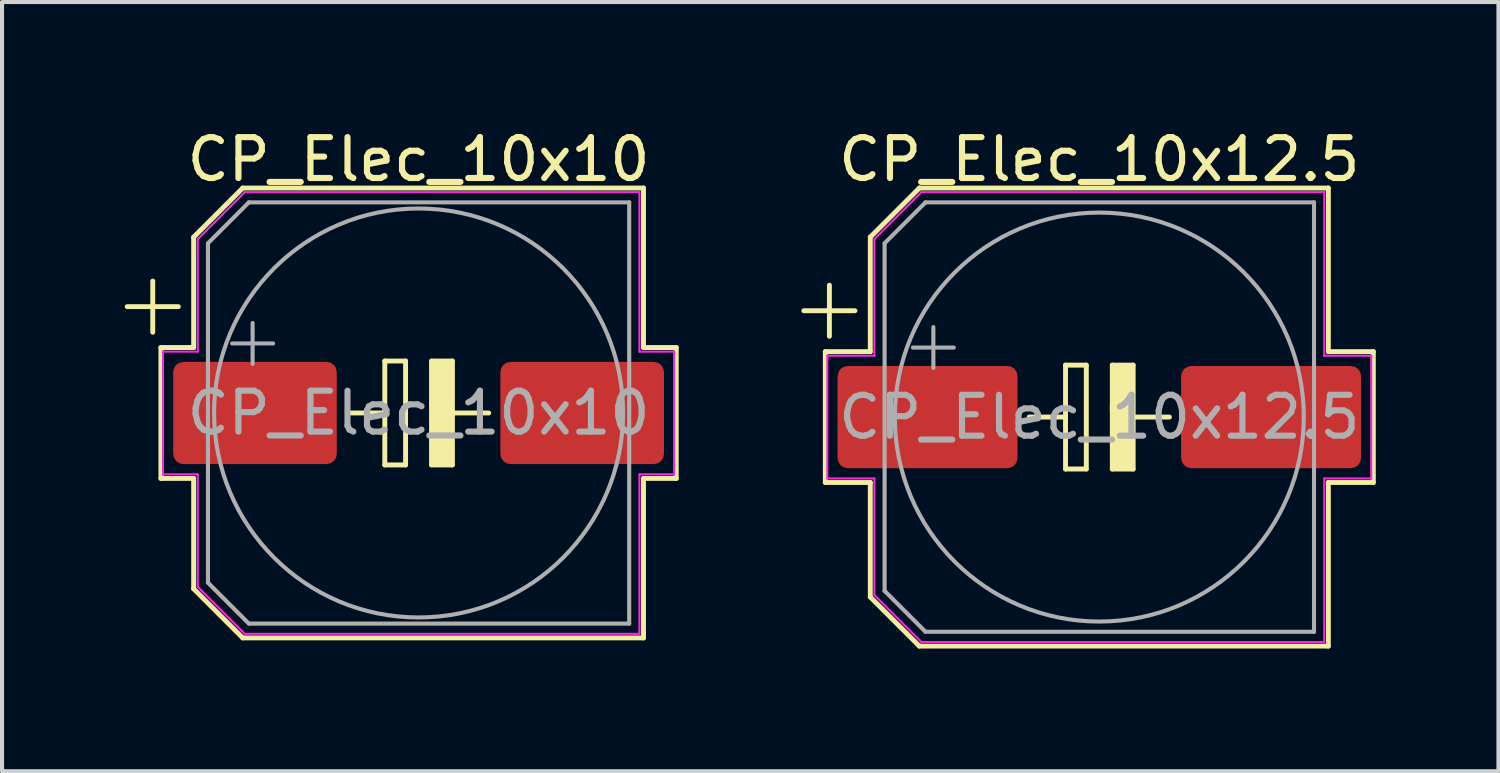
<source format=kicad_pcb>
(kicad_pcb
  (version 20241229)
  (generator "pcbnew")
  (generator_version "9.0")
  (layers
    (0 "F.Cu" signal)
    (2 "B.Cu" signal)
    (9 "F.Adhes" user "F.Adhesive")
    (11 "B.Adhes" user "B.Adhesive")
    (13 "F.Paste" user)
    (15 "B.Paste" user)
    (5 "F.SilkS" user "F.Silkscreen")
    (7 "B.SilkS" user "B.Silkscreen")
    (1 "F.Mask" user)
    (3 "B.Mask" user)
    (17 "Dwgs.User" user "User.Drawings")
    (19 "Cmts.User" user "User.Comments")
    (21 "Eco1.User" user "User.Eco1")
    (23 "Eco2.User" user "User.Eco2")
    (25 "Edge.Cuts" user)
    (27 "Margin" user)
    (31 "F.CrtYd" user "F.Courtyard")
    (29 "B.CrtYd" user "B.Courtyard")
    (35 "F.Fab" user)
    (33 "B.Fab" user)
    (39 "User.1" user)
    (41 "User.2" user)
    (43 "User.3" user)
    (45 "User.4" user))
  (footprint "CP_Elec_10x12.5"
    (layer "F.Cu")
    (at 23.83 7.148)
    (property "Reference" "CP_Elec_10x12.5" (at 0 -6.3 0) (layer "F.SilkS") (effects (font (size 1 1) (thickness 0.15))))
    (attr smd)
    (fp_line (start -7.225 -2.6) (end -5.975 -2.6) (stroke (width 0.12) (type solid)) (layer "F.SilkS"))
    (fp_line (start -6.7 -1.6) (end -6.7 1.6) (stroke (width 0.12) (type solid)) (layer "F.SilkS"))
    (fp_line (start -6.7 1.6) (end -5.6 1.6) (stroke (width 0.12) (type solid)) (layer "F.SilkS"))
    (fp_line (start -6.6 -3.225) (end -6.6 -1.975) (stroke (width 0.12) (type solid)) (layer "F.SilkS"))
    (fp_line (start -5.6 -4.4) (end -5.6 -1.6) (stroke (width 0.12) (type solid)) (layer "F.SilkS"))
    (fp_line (start -5.6 -1.6) (end -6.7 -1.6) (stroke (width 0.12) (type solid)) (layer "F.SilkS"))
    (fp_line (start -5.6 1.6) (end -5.6 4.4) (stroke (width 0.12) (type solid)) (layer "F.SilkS"))
    (fp_line (start -5.6 4.4) (end -4.4 5.6) (stroke (width 0.12) (type solid)) (layer "F.SilkS"))
    (fp_line (start -4.4 -5.6) (end -5.6 -4.4) (stroke (width 0.12) (type solid)) (layer "F.SilkS"))
    (fp_line (start -4.4 5.6) (end 5.6 5.6) (stroke (width 0.12) (type solid)) (layer "F.SilkS"))
    (fp_line (start -1.714 0) (end -0.826 0) (stroke (width 0.12) (type solid)) (layer "F.SilkS"))
    (fp_line (start -0.826 1.27) (end -0.826 -1.27) (stroke (width 0.12) (type solid)) (layer "F.SilkS"))
    (fp_line (start -0.318 -1.27) (end -0.826 -1.27) (stroke (width 0.12) (type solid)) (layer "F.SilkS"))
    (fp_line (start -0.318 -1.27) (end -0.318 1.27) (stroke (width 0.12) (type solid)) (layer "F.SilkS"))
    (fp_line (start -0.318 1.27) (end -0.826 1.27) (stroke (width 0.12) (type solid)) (layer "F.SilkS"))
    (fp_line (start 0.318 -1.27) (end 0.318 -0.191) (stroke (width 0.12) (type solid)) (layer "F.SilkS"))
    (fp_line (start 0.318 -0.254) (end 0.318 1.27) (stroke (width 0.12) (type solid)) (layer "F.SilkS"))
    (fp_line (start 0.318 1.27) (end 0.826 1.27) (stroke (width 0.12) (type solid)) (layer "F.SilkS"))
    (fp_line (start 0.826 -1.27) (end 0.318 -1.27) (stroke (width 0.12) (type solid)) (layer "F.SilkS"))
    (fp_line (start 0.826 0) (end 1.714 0) (stroke (width 0.12) (type solid)) (layer "F.SilkS"))
    (fp_line (start 0.826 1.27) (end 0.826 -1.27) (stroke (width 0.12) (type solid)) (layer "F.SilkS"))
    (fp_line (start 5.6 -5.6) (end -4.4 -5.6) (stroke (width 0.12) (type solid)) (layer "F.SilkS"))
    (fp_line (start 5.6 -1.6) (end 5.6 -5.6) (stroke (width 0.12) (type solid)) (layer "F.SilkS"))
    (fp_line (start 5.6 1.6) (end 6.7 1.6) (stroke (width 0.12) (type solid)) (layer "F.SilkS"))
    (fp_line (start 5.6 5.6) (end 5.6 1.6) (stroke (width 0.12) (type solid)) (layer "F.SilkS"))
    (fp_line (start 6.7 -1.6) (end 5.6 -1.6) (stroke (width 0.12) (type solid)) (layer "F.SilkS"))
    (fp_line (start 6.7 1.6) (end 6.7 -1.6) (stroke (width 0.12) (type solid)) (layer "F.SilkS"))
    (fp_poly (pts (xy 0.826 1.27) (xy 0.318 1.27) (xy 0.318 -1.27) (xy 0.826 -1.27)) (stroke (width 0.1) (type solid)) (fill yes) (layer "F.SilkS"))
    (fp_line (start -6.65 -1.5) (end -6.65 1.5) (stroke (width 0.05) (type solid)) (layer "F.CrtYd"))
    (fp_line (start -6.65 1.5) (end -5.5 1.5) (stroke (width 0.05) (type solid)) (layer "F.CrtYd"))
    (fp_line (start -5.5 -4.35) (end -5.5 -1.5) (stroke (width 0.05) (type solid)) (layer "F.CrtYd"))
    (fp_line (start -5.5 -4.35) (end -4.35 -5.5) (stroke (width 0.05) (type solid)) (layer "F.CrtYd"))
    (fp_line (start -5.5 -1.5) (end -6.65 -1.5) (stroke (width 0.05) (type solid)) (layer "F.CrtYd"))
    (fp_line (start -5.5 1.5) (end -5.5 4.35) (stroke (width 0.05) (type solid)) (layer "F.CrtYd"))
    (fp_line (start -5.5 4.35) (end -4.35 5.5) (stroke (width 0.05) (type solid)) (layer "F.CrtYd"))
    (fp_line (start -4.35 -5.5) (end 5.5 -5.5) (stroke (width 0.05) (type solid)) (layer "F.CrtYd"))
    (fp_line (start -4.35 5.5) (end 5.5 5.5) (stroke (width 0.05) (type solid)) (layer "F.CrtYd"))
    (fp_line (start 5.5 -5.5) (end 5.5 -1.5) (stroke (width 0.05) (type solid)) (layer "F.CrtYd"))
    (fp_line (start 5.5 -1.5) (end 6.65 -1.5) (stroke (width 0.05) (type solid)) (layer "F.CrtYd"))
    (fp_line (start 5.5 1.5) (end 5.5 5.5) (stroke (width 0.05) (type solid)) (layer "F.CrtYd"))
    (fp_line (start 6.65 -1.5) (end 6.65 1.5) (stroke (width 0.05) (type solid)) (layer "F.CrtYd"))
    (fp_line (start 6.65 1.5) (end 5.5 1.5) (stroke (width 0.05) (type solid)) (layer "F.CrtYd"))
    (fp_line (start -5.25 -4.25) (end -5.25 4.25) (stroke (width 0.1) (type solid)) (layer "F.Fab"))
    (fp_line (start -5.25 -4.25) (end -4.25 -5.25) (stroke (width 0.1) (type solid)) (layer "F.Fab"))
    (fp_line (start -5.25 4.25) (end -4.25 5.25) (stroke (width 0.1) (type solid)) (layer "F.Fab"))
    (fp_line (start -4.558 -1.7) (end -3.558 -1.7) (stroke (width 0.1) (type solid)) (layer "F.Fab"))
    (fp_line (start -4.25 -5.25) (end 5.25 -5.25) (stroke (width 0.1) (type solid)) (layer "F.Fab"))
    (fp_line (start -4.25 5.25) (end 5.25 5.25) (stroke (width 0.1) (type solid)) (layer "F.Fab"))
    (fp_line (start -4.058 -2.2) (end -4.058 -1.2) (stroke (width 0.1) (type solid)) (layer "F.Fab"))
    (fp_line (start 5.25 -5.25) (end 5.25 5.25) (stroke (width 0.1) (type solid)) (layer "F.Fab"))
    (fp_circle (center 0 0) (end 5 0) (stroke (width 0.1) (type solid)) (fill no) (layer "F.Fab"))
    (fp_text user "${REFERENCE}" (at 0 0 0) (layer "F.Fab") (effects (font (size 1 1) (thickness 0.15))))
    (pad "1" smd roundrect (at -4.2 0) (size 4.4 2.5) (layers "F.Cu" "F.Mask" "F.Paste") (roundrect_rratio 0.1))
    (pad "2" smd roundrect (at 4.2 0) (size 4.4 2.5) (layers "F.Cu" "F.Mask" "F.Paste") (roundrect_rratio 0.1)))
  (footprint "CP_Elec_10x10"
    (layer "F.Cu")
    (at 7.185 7.048)
    (property "Reference" "CP_Elec_10x10" (at 0 -6.2 0) (layer "F.SilkS") (effects (font (size 1 1) (thickness 0.15))))
    (attr smd)
    (fp_line (start -7.125 -2.6) (end -5.875 -2.6) (stroke (width 0.12) (type solid)) (layer "F.SilkS"))
    (fp_line (start -6.5 -3.225) (end -6.5 -1.975) (stroke (width 0.12) (type solid)) (layer "F.SilkS"))
    (fp_line (start -6.3 -1.6) (end -6.3 1.6) (stroke (width 0.12) (type solid)) (layer "F.SilkS"))
    (fp_line (start -6.3 1.6) (end -5.5 1.6) (stroke (width 0.12) (type solid)) (layer "F.SilkS"))
    (fp_line (start -5.6 -1.6) (end -6.3 -1.6) (stroke (width 0.12) (type solid)) (layer "F.SilkS"))
    (fp_line (start -5.5 -4.3) (end -5.5 -1.6) (stroke (width 0.12) (type solid)) (layer "F.SilkS"))
    (fp_line (start -5.5 -1.6) (end -5.6 -1.6) (stroke (width 0.12) (type solid)) (layer "F.SilkS"))
    (fp_line (start -5.5 1.6) (end -5.5 4.3) (stroke (width 0.12) (type solid)) (layer "F.SilkS"))
    (fp_line (start -5.5 4.3) (end -4.3 5.5) (stroke (width 0.12) (type solid)) (layer "F.SilkS"))
    (fp_line (start -4.3 -5.5) (end -5.5 -4.3) (stroke (width 0.12) (type solid)) (layer "F.SilkS"))
    (fp_line (start -4.3 5.5) (end 5.5 5.5) (stroke (width 0.12) (type solid)) (layer "F.SilkS"))
    (fp_line (start -1.714 0) (end -0.826 0) (stroke (width 0.12) (type solid)) (layer "F.SilkS"))
    (fp_line (start -0.826 1.27) (end -0.826 -1.27) (stroke (width 0.12) (type solid)) (layer "F.SilkS"))
    (fp_line (start -0.318 -1.27) (end -0.826 -1.27) (stroke (width 0.12) (type solid)) (layer "F.SilkS"))
    (fp_line (start -0.318 -1.27) (end -0.318 1.27) (stroke (width 0.12) (type solid)) (layer "F.SilkS"))
    (fp_line (start -0.318 1.27) (end -0.826 1.27) (stroke (width 0.12) (type solid)) (layer "F.SilkS"))
    (fp_line (start 0.318 -1.27) (end 0.318 -0.191) (stroke (width 0.12) (type solid)) (layer "F.SilkS"))
    (fp_line (start 0.318 -0.254) (end 0.318 1.27) (stroke (width 0.12) (type solid)) (layer "F.SilkS"))
    (fp_line (start 0.318 1.27) (end 0.826 1.27) (stroke (width 0.12) (type solid)) (layer "F.SilkS"))
    (fp_line (start 0.826 -1.27) (end 0.318 -1.27) (stroke (width 0.12) (type solid)) (layer "F.SilkS"))
    (fp_line (start 0.826 0) (end 1.714 0) (stroke (width 0.12) (type solid)) (layer "F.SilkS"))
    (fp_line (start 0.826 1.27) (end 0.826 -1.27) (stroke (width 0.12) (type solid)) (layer "F.SilkS"))
    (fp_line (start 5.5 -5.5) (end -4.3 -5.5) (stroke (width 0.12) (type solid)) (layer "F.SilkS"))
    (fp_line (start 5.5 -1.6) (end 5.5 -5.5) (stroke (width 0.12) (type solid)) (layer "F.SilkS"))
    (fp_line (start 5.5 1.6) (end 6.3 1.6) (stroke (width 0.12) (type solid)) (layer "F.SilkS"))
    (fp_line (start 5.5 5.5) (end 5.5 1.6) (stroke (width 0.12) (type solid)) (layer "F.SilkS"))
    (fp_line (start 6.3 -1.6) (end 5.5 -1.6) (stroke (width 0.12) (type solid)) (layer "F.SilkS"))
    (fp_line (start 6.3 1.6) (end 6.3 -1.6) (stroke (width 0.12) (type solid)) (layer "F.SilkS"))
    (fp_poly (pts (xy 0.826 1.27) (xy 0.318 1.27) (xy 0.318 -1.27) (xy 0.826 -1.27)) (stroke (width 0.1) (type solid)) (fill yes) (layer "F.SilkS"))
    (fp_line (start -6.25 -1.5) (end -6.25 1.5) (stroke (width 0.05) (type solid)) (layer "F.CrtYd"))
    (fp_line (start -6.25 1.5) (end -5.4 1.5) (stroke (width 0.05) (type solid)) (layer "F.CrtYd"))
    (fp_line (start -5.4 -4.25) (end -5.4 -1.5) (stroke (width 0.05) (type solid)) (layer "F.CrtYd"))
    (fp_line (start -5.4 -4.25) (end -4.25 -5.4) (stroke (width 0.05) (type solid)) (layer "F.CrtYd"))
    (fp_line (start -5.4 -1.5) (end -6.25 -1.5) (stroke (width 0.05) (type solid)) (layer "F.CrtYd"))
    (fp_line (start -5.4 1.5) (end -5.4 4.25) (stroke (width 0.05) (type solid)) (layer "F.CrtYd"))
    (fp_line (start -5.4 4.25) (end -4.25 5.4) (stroke (width 0.05) (type solid)) (layer "F.CrtYd"))
    (fp_line (start -4.25 -5.4) (end 5.4 -5.4) (stroke (width 0.05) (type solid)) (layer "F.CrtYd"))
    (fp_line (start -4.25 5.4) (end 5.4 5.4) (stroke (width 0.05) (type solid)) (layer "F.CrtYd"))
    (fp_line (start 5.4 -5.4) (end 5.4 -1.5) (stroke (width 0.05) (type solid)) (layer "F.CrtYd"))
    (fp_line (start 5.4 -1.5) (end 6.25 -1.5) (stroke (width 0.05) (type solid)) (layer "F.CrtYd"))
    (fp_line (start 5.4 1.5) (end 5.4 5.4) (stroke (width 0.05) (type solid)) (layer "F.CrtYd"))
    (fp_line (start 6.25 -1.5) (end 6.25 1.5) (stroke (width 0.05) (type solid)) (layer "F.CrtYd"))
    (fp_line (start 6.25 1.5) (end 5.4 1.5) (stroke (width 0.05) (type solid)) (layer "F.CrtYd"))
    (fp_line (start -5.15 -4.15) (end -5.15 4.15) (stroke (width 0.1) (type solid)) (layer "F.Fab"))
    (fp_line (start -5.15 -4.15) (end -4.15 -5.15) (stroke (width 0.1) (type solid)) (layer "F.Fab"))
    (fp_line (start -5.15 4.15) (end -4.15 5.15) (stroke (width 0.1) (type solid)) (layer "F.Fab"))
    (fp_line (start -4.558 -1.7) (end -3.558 -1.7) (stroke (width 0.1) (type solid)) (layer "F.Fab"))
    (fp_line (start -4.15 -5.15) (end 5.15 -5.15) (stroke (width 0.1) (type solid)) (layer "F.Fab"))
    (fp_line (start -4.15 5.15) (end 5.15 5.15) (stroke (width 0.1) (type solid)) (layer "F.Fab"))
    (fp_line (start -4.058 -2.2) (end -4.058 -1.2) (stroke (width 0.1) (type solid)) (layer "F.Fab"))
    (fp_line (start 5.15 -5.15) (end 5.15 5.15) (stroke (width 0.1) (type solid)) (layer "F.Fab"))
    (fp_circle (center 0 0) (end 5 0) (stroke (width 0.1) (type solid)) (fill no) (layer "F.Fab"))
    (fp_text user "${REFERENCE}" (at 0 0 0) (layer "F.Fab") (effects (font (size 1 1) (thickness 0.15))))
    (pad "1" smd roundrect (at -4 0) (size 4 2.5) (layers "F.Cu" "F.Mask" "F.Paste") (roundrect_rratio 0.1))
    (pad "2" smd roundrect (at 4 0) (size 4 2.5) (layers "F.Cu" "F.Mask" "F.Paste") (roundrect_rratio 0.1)))
  (gr_rect
    (start -3 -3)
    (end 33.59 15.808)
    (stroke (width 0.1) (type default))
    (fill no)
    (layer "Edge.Cuts")))
</source>
